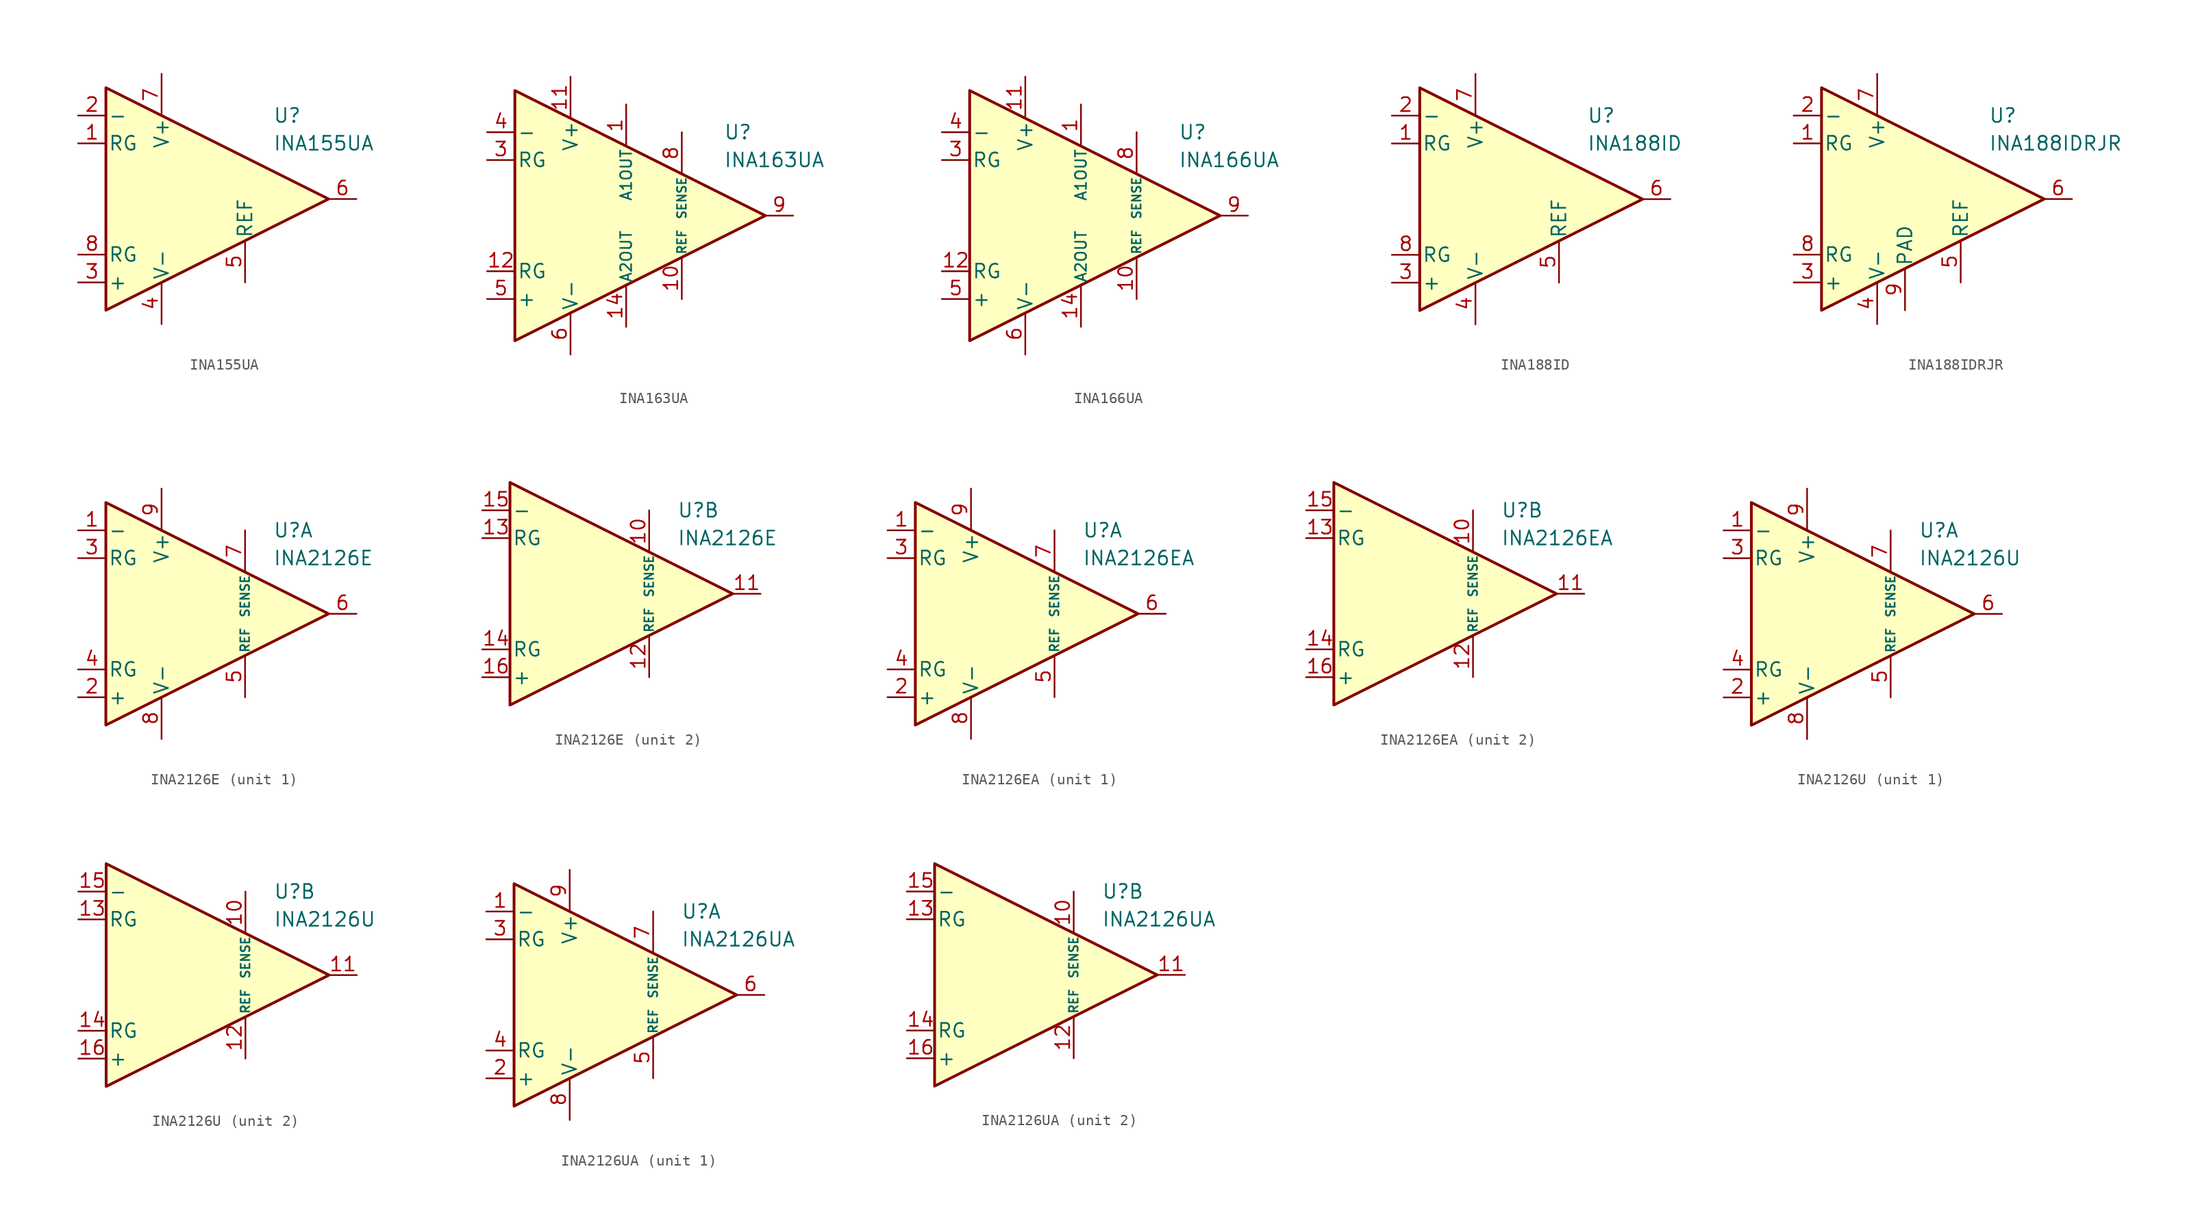
<source format=kicad_sym>
(kicad_symbol_lib
  (version 20231120)
  (generator "kicad_symbol_editor")
  (generator_version "8.0")
  (symbol "INA155UA"
    (pin_names
      (offset 0.2))
    (property "Reference" "U"
      (at 6.35 7.62 0)
      (effects (font (size 1.27 1.27)) (justify left)))
    (property "Value" "INA155UA"
      (at 6.35 5.08 0)
      (effects (font (size 1.27 1.27)) (justify left)))
    (symbol "INA155UA_0_1"
      (polyline (pts (xy -8.89 10.16) (xy -8.89 -10.16) (xy 11.43 0) (xy -8.89 10.16)) (stroke (width 0.254) (type default)) (fill (type background))))
    (symbol "INA155UA_1_1"
      (pin passive line (at -11.43 5.08 0) (length 2.54) (name "RG" (effects (font (size 1.27 1.27)))) (number "1" (effects (font (size 1.27 1.27)))))
      (pin input line (at -11.43 7.62 0) (length 2.54) (name "-" (effects (font (size 1.27 1.27)))) (number "2" (effects (font (size 1.27 1.27)))))
      (pin input line (at -11.43 -7.62 0) (length 2.54) (name "+" (effects (font (size 1.27 1.27)))) (number "3" (effects (font (size 1.27 1.27)))))
      (pin power_in line (at -3.81 -11.43 90) (length 3.81) (name "V-" (effects (font (size 1.27 1.27)))) (number "4" (effects (font (size 1.27 1.27)))))
      (pin input line (at 3.81 -7.62 90) (length 3.81) (name "REF" (effects (font (size 1.27 1.27)))) (number "5" (effects (font (size 1.27 1.27)))))
      (pin output line (at 13.97 0 180) (length 2.54) (name "~" (effects (font (size 1.27 1.27)))) (number "6" (effects (font (size 1.27 1.27)))))
      (pin power_in line (at -3.81 11.43 270) (length 3.81) (name "V+" (effects (font (size 1.27 1.27)))) (number "7" (effects (font (size 1.27 1.27)))))
      (pin passive line (at -11.43 -5.08 0) (length 2.54) (name "RG" (effects (font (size 1.27 1.27)))) (number "8" (effects (font (size 1.27 1.27)))))))
  (symbol "INA163UA"
    (pin_names
      (offset 0.2))
    (property "Reference" "U"
      (at 10.16 7.62 0)
      (effects (font (size 1.27 1.27)) (justify left)))
    (property "Value" "INA163UA"
      (at 10.16 5.08 0)
      (effects (font (size 1.27 1.27)) (justify left)))
    (symbol "INA163UA_0_1"
      (polyline (pts (xy -8.89 11.43) (xy -8.89 -11.43) (xy 13.97 0) (xy -8.89 11.43)) (stroke (width 0.254) (type default)) (fill (type background))))
    (symbol "INA163UA_1_1"
      (pin passive line (at 1.27 10.16 270) (length 3.81) (name "A1OUT" (effects (font (size 1 1)))) (number "1" (effects (font (size 1.27 1.27)))))
      (pin input line (at 6.35 -7.62 90) (length 3.81) (name "REF" (effects (font (size 0.8 0.8)))) (number "10" (effects (font (size 1.27 1.27)))))
      (pin power_in line (at -3.81 12.7 270) (length 3.81) (name "V+" (effects (font (size 1.27 1.27)))) (number "11" (effects (font (size 1.27 1.27)))))
      (pin passive line (at -11.43 -5.08 0) (length 2.54) (name "RG" (effects (font (size 1.27 1.27)))) (number "12" (effects (font (size 1.27 1.27)))))
      (pin free line (at -5.08 -2.54 0) (length 2.54) hide (name "NC" (effects (font (size 1.27 1.27)))) (number "13" (effects (font (size 1.27 1.27)))))
      (pin passive line (at 1.27 -10.16 90) (length 3.81) (name "A2OUT" (effects (font (size 1 1)))) (number "14" (effects (font (size 1.27 1.27)))))
      (pin free line (at -5.08 2.54 0) (length 2.54) hide (name "NC" (effects (font (size 1.27 1.27)))) (number "2" (effects (font (size 1.27 1.27)))))
      (pin passive line (at -11.43 5.08 0) (length 2.54) (name "RG" (effects (font (size 1.27 1.27)))) (number "3" (effects (font (size 1.27 1.27)))))
      (pin input line (at -11.43 7.62 0) (length 2.54) (name "-" (effects (font (size 1.27 1.27)))) (number "4" (effects (font (size 1.27 1.27)))))
      (pin input line (at -11.43 -7.62 0) (length 2.54) (name "+" (effects (font (size 1.27 1.27)))) (number "5" (effects (font (size 1.27 1.27)))))
      (pin power_in line (at -3.81 -12.7 90) (length 3.81) (name "V-" (effects (font (size 1.27 1.27)))) (number "6" (effects (font (size 1.27 1.27)))))
      (pin free line (at -5.08 0 0) (length 2.54) hide (name "NC" (effects (font (size 1.27 1.27)))) (number "7" (effects (font (size 1.27 1.27)))))
      (pin input line (at 6.35 7.62 270) (length 3.81) (name "SENSE" (effects (font (size 0.8 0.8)))) (number "8" (effects (font (size 1.27 1.27)))))
      (pin output line (at 16.51 0 180) (length 2.54) (name "~" (effects (font (size 1.27 1.27)))) (number "9" (effects (font (size 1.27 1.27)))))))
  (symbol "INA166UA"
    (pin_names
      (offset 0.2))
    (property "Reference" "U"
      (at 10.16 7.62 0)
      (effects (font (size 1.27 1.27)) (justify left)))
    (property "Value" "INA166UA"
      (at 10.16 5.08 0)
      (effects (font (size 1.27 1.27)) (justify left)))
    (symbol "INA166UA_0_1"
      (polyline (pts (xy -8.89 11.43) (xy -8.89 -11.43) (xy 13.97 0) (xy -8.89 11.43)) (stroke (width 0.254) (type default)) (fill (type background))))
    (symbol "INA166UA_1_1"
      (pin passive line (at 1.27 10.16 270) (length 3.81) (name "A1OUT" (effects (font (size 1 1)))) (number "1" (effects (font (size 1.27 1.27)))))
      (pin input line (at 6.35 -7.62 90) (length 3.81) (name "REF" (effects (font (size 0.8 0.8)))) (number "10" (effects (font (size 1.27 1.27)))))
      (pin power_in line (at -3.81 12.7 270) (length 3.81) (name "V+" (effects (font (size 1.27 1.27)))) (number "11" (effects (font (size 1.27 1.27)))))
      (pin passive line (at -11.43 -5.08 0) (length 2.54) (name "RG" (effects (font (size 1.27 1.27)))) (number "12" (effects (font (size 1.27 1.27)))))
      (pin free line (at -5.08 -2.54 0) (length 2.54) hide (name "NC" (effects (font (size 1.27 1.27)))) (number "13" (effects (font (size 1.27 1.27)))))
      (pin passive line (at 1.27 -10.16 90) (length 3.81) (name "A2OUT" (effects (font (size 1 1)))) (number "14" (effects (font (size 1.27 1.27)))))
      (pin free line (at -5.08 2.54 0) (length 2.54) hide (name "NC" (effects (font (size 1.27 1.27)))) (number "2" (effects (font (size 1.27 1.27)))))
      (pin passive line (at -11.43 5.08 0) (length 2.54) (name "RG" (effects (font (size 1.27 1.27)))) (number "3" (effects (font (size 1.27 1.27)))))
      (pin input line (at -11.43 7.62 0) (length 2.54) (name "-" (effects (font (size 1.27 1.27)))) (number "4" (effects (font (size 1.27 1.27)))))
      (pin input line (at -11.43 -7.62 0) (length 2.54) (name "+" (effects (font (size 1.27 1.27)))) (number "5" (effects (font (size 1.27 1.27)))))
      (pin power_in line (at -3.81 -12.7 90) (length 3.81) (name "V-" (effects (font (size 1.27 1.27)))) (number "6" (effects (font (size 1.27 1.27)))))
      (pin free line (at -5.08 0 0) (length 2.54) hide (name "NC" (effects (font (size 1.27 1.27)))) (number "7" (effects (font (size 1.27 1.27)))))
      (pin input line (at 6.35 7.62 270) (length 3.81) (name "SENSE" (effects (font (size 0.8 0.8)))) (number "8" (effects (font (size 1.27 1.27)))))
      (pin output line (at 16.51 0 180) (length 2.54) (name "~" (effects (font (size 1.27 1.27)))) (number "9" (effects (font (size 1.27 1.27)))))))
  (symbol "INA188ID"
    (pin_names
      (offset 0.2))
    (property "Reference" "U"
      (at 6.35 7.62 0)
      (effects (font (size 1.27 1.27)) (justify left)))
    (property "Value" "INA188ID"
      (at 6.35 5.08 0)
      (effects (font (size 1.27 1.27)) (justify left)))
    (symbol "INA188ID_0_1"
      (polyline (pts (xy -8.89 10.16) (xy -8.89 -10.16) (xy 11.43 0) (xy -8.89 10.16)) (stroke (width 0.254) (type default)) (fill (type background))))
    (symbol "INA188ID_1_1"
      (pin passive line (at -11.43 5.08 0) (length 2.54) (name "RG" (effects (font (size 1.27 1.27)))) (number "1" (effects (font (size 1.27 1.27)))))
      (pin input line (at -11.43 7.62 0) (length 2.54) (name "-" (effects (font (size 1.27 1.27)))) (number "2" (effects (font (size 1.27 1.27)))))
      (pin input line (at -11.43 -7.62 0) (length 2.54) (name "+" (effects (font (size 1.27 1.27)))) (number "3" (effects (font (size 1.27 1.27)))))
      (pin power_in line (at -3.81 -11.43 90) (length 3.81) (name "V-" (effects (font (size 1.27 1.27)))) (number "4" (effects (font (size 1.27 1.27)))))
      (pin input line (at 3.81 -7.62 90) (length 3.81) (name "REF" (effects (font (size 1.27 1.27)))) (number "5" (effects (font (size 1.27 1.27)))))
      (pin output line (at 13.97 0 180) (length 2.54) (name "~" (effects (font (size 1.27 1.27)))) (number "6" (effects (font (size 1.27 1.27)))))
      (pin power_in line (at -3.81 11.43 270) (length 3.81) (name "V+" (effects (font (size 1.27 1.27)))) (number "7" (effects (font (size 1.27 1.27)))))
      (pin passive line (at -11.43 -5.08 0) (length 2.54) (name "RG" (effects (font (size 1.27 1.27)))) (number "8" (effects (font (size 1.27 1.27)))))))
  (symbol "INA188IDRJR"
    (pin_names
      (offset 0.2))
    (property "Reference" "U"
      (at 6.35 7.62 0)
      (effects (font (size 1.27 1.27)) (justify left)))
    (property "Value" "INA188IDRJR"
      (at 6.35 5.08 0)
      (effects (font (size 1.27 1.27)) (justify left)))
    (symbol "INA188IDRJR_0_1"
      (polyline (pts (xy -8.89 10.16) (xy -8.89 -10.16) (xy 11.43 0) (xy -8.89 10.16)) (stroke (width 0.254) (type default)) (fill (type background))))
    (symbol "INA188IDRJR_1_1"
      (pin passive line (at -11.43 5.08 0) (length 2.54) (name "RG" (effects (font (size 1.27 1.27)))) (number "1" (effects (font (size 1.27 1.27)))))
      (pin input line (at -11.43 7.62 0) (length 2.54) (name "-" (effects (font (size 1.27 1.27)))) (number "2" (effects (font (size 1.27 1.27)))))
      (pin input line (at -11.43 -7.62 0) (length 2.54) (name "+" (effects (font (size 1.27 1.27)))) (number "3" (effects (font (size 1.27 1.27)))))
      (pin power_in line (at -3.81 -11.43 90) (length 3.81) (name "V-" (effects (font (size 1.27 1.27)))) (number "4" (effects (font (size 1.27 1.27)))))
      (pin input line (at 3.81 -7.62 90) (length 3.81) (name "REF" (effects (font (size 1.27 1.27)))) (number "5" (effects (font (size 1.27 1.27)))))
      (pin output line (at 13.97 0 180) (length 2.54) (name "~" (effects (font (size 1.27 1.27)))) (number "6" (effects (font (size 1.27 1.27)))))
      (pin power_in line (at -3.81 11.43 270) (length 3.81) (name "V+" (effects (font (size 1.27 1.27)))) (number "7" (effects (font (size 1.27 1.27)))))
      (pin passive line (at -11.43 -5.08 0) (length 2.54) (name "RG" (effects (font (size 1.27 1.27)))) (number "8" (effects (font (size 1.27 1.27)))))
      (pin passive line (at -1.27 -10.16 90) (length 3.81) (name "PAD" (effects (font (size 1.27 1.27)))) (number "9" (effects (font (size 1.27 1.27)))))))
  (symbol "INA2126E"
    (pin_names
      (offset 0.2))
    (property "Reference" "U"
      (at 6.35 7.62 0)
      (effects (font (size 1.27 1.27)) (justify left)))
    (property "Value" "INA2126E"
      (at 6.35 5.08 0)
      (effects (font (size 1.27 1.27)) (justify left)))
    (property "ki_locked" ""
      (at 0 0 0)
      (effects (font (size 1.27 1.27))))
    (symbol "INA2126E_0_1"
      (polyline (pts (xy -8.89 10.16) (xy -8.89 -10.16) (xy 11.43 0) (xy -8.89 10.16)) (stroke (width 0.254) (type default)) (fill (type background))))
    (symbol "INA2126E_1_1"
      (pin input line (at -11.43 7.62 0) (length 2.54) (name "-" (effects (font (size 1.27 1.27)))) (number "1" (effects (font (size 1.27 1.27)))))
      (pin input line (at -11.43 -7.62 0) (length 2.54) (name "+" (effects (font (size 1.27 1.27)))) (number "2" (effects (font (size 1.27 1.27)))))
      (pin passive line (at -11.43 5.08 0) (length 2.54) (name "RG" (effects (font (size 1.27 1.27)))) (number "3" (effects (font (size 1.27 1.27)))))
      (pin passive line (at -11.43 -5.08 0) (length 2.54) (name "RG" (effects (font (size 1.27 1.27)))) (number "4" (effects (font (size 1.27 1.27)))))
      (pin input line (at 3.81 -7.62 90) (length 3.81) (name "REF" (effects (font (size 0.8 0.8)))) (number "5" (effects (font (size 1.27 1.27)))))
      (pin output line (at 13.97 0 180) (length 2.54) (name "~" (effects (font (size 1.27 1.27)))) (number "6" (effects (font (size 1.27 1.27)))))
      (pin input line (at 3.81 7.62 270) (length 3.81) (name "SENSE" (effects (font (size 0.8 0.8)))) (number "7" (effects (font (size 1.27 1.27)))))
      (pin power_in line (at -3.81 -11.43 90) (length 3.81) (name "V-" (effects (font (size 1.27 1.27)))) (number "8" (effects (font (size 1.27 1.27)))))
      (pin power_in line (at -3.81 11.43 270) (length 3.81) (name "V+" (effects (font (size 1.27 1.27)))) (number "9" (effects (font (size 1.27 1.27))))))
    (symbol "INA2126E_2_1"
      (pin input line (at 3.81 7.62 270) (length 3.81) (name "SENSE" (effects (font (size 0.8 0.8)))) (number "10" (effects (font (size 1.27 1.27)))))
      (pin output line (at 13.97 0 180) (length 2.54) (name "~" (effects (font (size 1.27 1.27)))) (number "11" (effects (font (size 1.27 1.27)))))
      (pin input line (at 3.81 -7.62 90) (length 3.81) (name "REF" (effects (font (size 0.8 0.8)))) (number "12" (effects (font (size 1.27 1.27)))))
      (pin passive line (at -11.43 5.08 0) (length 2.54) (name "RG" (effects (font (size 1.27 1.27)))) (number "13" (effects (font (size 1.27 1.27)))))
      (pin passive line (at -11.43 -5.08 0) (length 2.54) (name "RG" (effects (font (size 1.27 1.27)))) (number "14" (effects (font (size 1.27 1.27)))))
      (pin input line (at -11.43 7.62 0) (length 2.54) (name "-" (effects (font (size 1.27 1.27)))) (number "15" (effects (font (size 1.27 1.27)))))
      (pin input line (at -11.43 -7.62 0) (length 2.54) (name "+" (effects (font (size 1.27 1.27)))) (number "16" (effects (font (size 1.27 1.27)))))))
  (symbol "INA2126EA"
    (pin_names
      (offset 0.2))
    (property "Reference" "U"
      (at 6.35 7.62 0)
      (effects (font (size 1.27 1.27)) (justify left)))
    (property "Value" "INA2126EA"
      (at 6.35 5.08 0)
      (effects (font (size 1.27 1.27)) (justify left)))
    (property "ki_locked" ""
      (at 0 0 0)
      (effects (font (size 1.27 1.27))))
    (symbol "INA2126EA_0_1"
      (polyline (pts (xy -8.89 10.16) (xy -8.89 -10.16) (xy 11.43 0) (xy -8.89 10.16)) (stroke (width 0.254) (type default)) (fill (type background))))
    (symbol "INA2126EA_1_1"
      (pin input line (at -11.43 7.62 0) (length 2.54) (name "-" (effects (font (size 1.27 1.27)))) (number "1" (effects (font (size 1.27 1.27)))))
      (pin input line (at -11.43 -7.62 0) (length 2.54) (name "+" (effects (font (size 1.27 1.27)))) (number "2" (effects (font (size 1.27 1.27)))))
      (pin passive line (at -11.43 5.08 0) (length 2.54) (name "RG" (effects (font (size 1.27 1.27)))) (number "3" (effects (font (size 1.27 1.27)))))
      (pin passive line (at -11.43 -5.08 0) (length 2.54) (name "RG" (effects (font (size 1.27 1.27)))) (number "4" (effects (font (size 1.27 1.27)))))
      (pin input line (at 3.81 -7.62 90) (length 3.81) (name "REF" (effects (font (size 0.8 0.8)))) (number "5" (effects (font (size 1.27 1.27)))))
      (pin output line (at 13.97 0 180) (length 2.54) (name "~" (effects (font (size 1.27 1.27)))) (number "6" (effects (font (size 1.27 1.27)))))
      (pin input line (at 3.81 7.62 270) (length 3.81) (name "SENSE" (effects (font (size 0.8 0.8)))) (number "7" (effects (font (size 1.27 1.27)))))
      (pin power_in line (at -3.81 -11.43 90) (length 3.81) (name "V-" (effects (font (size 1.27 1.27)))) (number "8" (effects (font (size 1.27 1.27)))))
      (pin power_in line (at -3.81 11.43 270) (length 3.81) (name "V+" (effects (font (size 1.27 1.27)))) (number "9" (effects (font (size 1.27 1.27))))))
    (symbol "INA2126EA_2_1"
      (pin input line (at 3.81 7.62 270) (length 3.81) (name "SENSE" (effects (font (size 0.8 0.8)))) (number "10" (effects (font (size 1.27 1.27)))))
      (pin output line (at 13.97 0 180) (length 2.54) (name "~" (effects (font (size 1.27 1.27)))) (number "11" (effects (font (size 1.27 1.27)))))
      (pin input line (at 3.81 -7.62 90) (length 3.81) (name "REF" (effects (font (size 0.8 0.8)))) (number "12" (effects (font (size 1.27 1.27)))))
      (pin passive line (at -11.43 5.08 0) (length 2.54) (name "RG" (effects (font (size 1.27 1.27)))) (number "13" (effects (font (size 1.27 1.27)))))
      (pin passive line (at -11.43 -5.08 0) (length 2.54) (name "RG" (effects (font (size 1.27 1.27)))) (number "14" (effects (font (size 1.27 1.27)))))
      (pin input line (at -11.43 7.62 0) (length 2.54) (name "-" (effects (font (size 1.27 1.27)))) (number "15" (effects (font (size 1.27 1.27)))))
      (pin input line (at -11.43 -7.62 0) (length 2.54) (name "+" (effects (font (size 1.27 1.27)))) (number "16" (effects (font (size 1.27 1.27)))))))
  (symbol "INA2126U"
    (pin_names
      (offset 0.2))
    (property "Reference" "U"
      (at 6.35 7.62 0)
      (effects (font (size 1.27 1.27)) (justify left)))
    (property "Value" "INA2126U"
      (at 6.35 5.08 0)
      (effects (font (size 1.27 1.27)) (justify left)))
    (property "ki_locked" ""
      (at 0 0 0)
      (effects (font (size 1.27 1.27))))
    (symbol "INA2126U_0_1"
      (polyline (pts (xy -8.89 10.16) (xy -8.89 -10.16) (xy 11.43 0) (xy -8.89 10.16)) (stroke (width 0.254) (type default)) (fill (type background))))
    (symbol "INA2126U_1_1"
      (pin input line (at -11.43 7.62 0) (length 2.54) (name "-" (effects (font (size 1.27 1.27)))) (number "1" (effects (font (size 1.27 1.27)))))
      (pin input line (at -11.43 -7.62 0) (length 2.54) (name "+" (effects (font (size 1.27 1.27)))) (number "2" (effects (font (size 1.27 1.27)))))
      (pin passive line (at -11.43 5.08 0) (length 2.54) (name "RG" (effects (font (size 1.27 1.27)))) (number "3" (effects (font (size 1.27 1.27)))))
      (pin passive line (at -11.43 -5.08 0) (length 2.54) (name "RG" (effects (font (size 1.27 1.27)))) (number "4" (effects (font (size 1.27 1.27)))))
      (pin input line (at 3.81 -7.62 90) (length 3.81) (name "REF" (effects (font (size 0.8 0.8)))) (number "5" (effects (font (size 1.27 1.27)))))
      (pin output line (at 13.97 0 180) (length 2.54) (name "~" (effects (font (size 1.27 1.27)))) (number "6" (effects (font (size 1.27 1.27)))))
      (pin input line (at 3.81 7.62 270) (length 3.81) (name "SENSE" (effects (font (size 0.8 0.8)))) (number "7" (effects (font (size 1.27 1.27)))))
      (pin power_in line (at -3.81 -11.43 90) (length 3.81) (name "V-" (effects (font (size 1.27 1.27)))) (number "8" (effects (font (size 1.27 1.27)))))
      (pin power_in line (at -3.81 11.43 270) (length 3.81) (name "V+" (effects (font (size 1.27 1.27)))) (number "9" (effects (font (size 1.27 1.27))))))
    (symbol "INA2126U_2_1"
      (pin input line (at 3.81 7.62 270) (length 3.81) (name "SENSE" (effects (font (size 0.8 0.8)))) (number "10" (effects (font (size 1.27 1.27)))))
      (pin output line (at 13.97 0 180) (length 2.54) (name "~" (effects (font (size 1.27 1.27)))) (number "11" (effects (font (size 1.27 1.27)))))
      (pin input line (at 3.81 -7.62 90) (length 3.81) (name "REF" (effects (font (size 0.8 0.8)))) (number "12" (effects (font (size 1.27 1.27)))))
      (pin passive line (at -11.43 5.08 0) (length 2.54) (name "RG" (effects (font (size 1.27 1.27)))) (number "13" (effects (font (size 1.27 1.27)))))
      (pin passive line (at -11.43 -5.08 0) (length 2.54) (name "RG" (effects (font (size 1.27 1.27)))) (number "14" (effects (font (size 1.27 1.27)))))
      (pin input line (at -11.43 7.62 0) (length 2.54) (name "-" (effects (font (size 1.27 1.27)))) (number "15" (effects (font (size 1.27 1.27)))))
      (pin input line (at -11.43 -7.62 0) (length 2.54) (name "+" (effects (font (size 1.27 1.27)))) (number "16" (effects (font (size 1.27 1.27)))))))
  (symbol "INA2126UA"
    (pin_names
      (offset 0.2))
    (property "Reference" "U"
      (at 6.35 7.62 0)
      (effects (font (size 1.27 1.27)) (justify left)))
    (property "Value" "INA2126UA"
      (at 6.35 5.08 0)
      (effects (font (size 1.27 1.27)) (justify left)))
    (property "ki_locked" ""
      (at 0 0 0)
      (effects (font (size 1.27 1.27))))
    (symbol "INA2126UA_0_1"
      (polyline (pts (xy -8.89 10.16) (xy -8.89 -10.16) (xy 11.43 0) (xy -8.89 10.16)) (stroke (width 0.254) (type default)) (fill (type background))))
    (symbol "INA2126UA_1_1"
      (pin input line (at -11.43 7.62 0) (length 2.54) (name "-" (effects (font (size 1.27 1.27)))) (number "1" (effects (font (size 1.27 1.27)))))
      (pin input line (at -11.43 -7.62 0) (length 2.54) (name "+" (effects (font (size 1.27 1.27)))) (number "2" (effects (font (size 1.27 1.27)))))
      (pin passive line (at -11.43 5.08 0) (length 2.54) (name "RG" (effects (font (size 1.27 1.27)))) (number "3" (effects (font (size 1.27 1.27)))))
      (pin passive line (at -11.43 -5.08 0) (length 2.54) (name "RG" (effects (font (size 1.27 1.27)))) (number "4" (effects (font (size 1.27 1.27)))))
      (pin input line (at 3.81 -7.62 90) (length 3.81) (name "REF" (effects (font (size 0.8 0.8)))) (number "5" (effects (font (size 1.27 1.27)))))
      (pin output line (at 13.97 0 180) (length 2.54) (name "~" (effects (font (size 1.27 1.27)))) (number "6" (effects (font (size 1.27 1.27)))))
      (pin input line (at 3.81 7.62 270) (length 3.81) (name "SENSE" (effects (font (size 0.8 0.8)))) (number "7" (effects (font (size 1.27 1.27)))))
      (pin power_in line (at -3.81 -11.43 90) (length 3.81) (name "V-" (effects (font (size 1.27 1.27)))) (number "8" (effects (font (size 1.27 1.27)))))
      (pin power_in line (at -3.81 11.43 270) (length 3.81) (name "V+" (effects (font (size 1.27 1.27)))) (number "9" (effects (font (size 1.27 1.27))))))
    (symbol "INA2126UA_2_1"
      (pin input line (at 3.81 7.62 270) (length 3.81) (name "SENSE" (effects (font (size 0.8 0.8)))) (number "10" (effects (font (size 1.27 1.27)))))
      (pin output line (at 13.97 0 180) (length 2.54) (name "~" (effects (font (size 1.27 1.27)))) (number "11" (effects (font (size 1.27 1.27)))))
      (pin input line (at 3.81 -7.62 90) (length 3.81) (name "REF" (effects (font (size 0.8 0.8)))) (number "12" (effects (font (size 1.27 1.27)))))
      (pin passive line (at -11.43 5.08 0) (length 2.54) (name "RG" (effects (font (size 1.27 1.27)))) (number "13" (effects (font (size 1.27 1.27)))))
      (pin passive line (at -11.43 -5.08 0) (length 2.54) (name "RG" (effects (font (size 1.27 1.27)))) (number "14" (effects (font (size 1.27 1.27)))))
      (pin input line (at -11.43 7.62 0) (length 2.54) (name "-" (effects (font (size 1.27 1.27)))) (number "15" (effects (font (size 1.27 1.27)))))
      (pin input line (at -11.43 -7.62 0) (length 2.54) (name "+" (effects (font (size 1.27 1.27)))) (number "16" (effects (font (size 1.27 1.27))))))))
</source>
